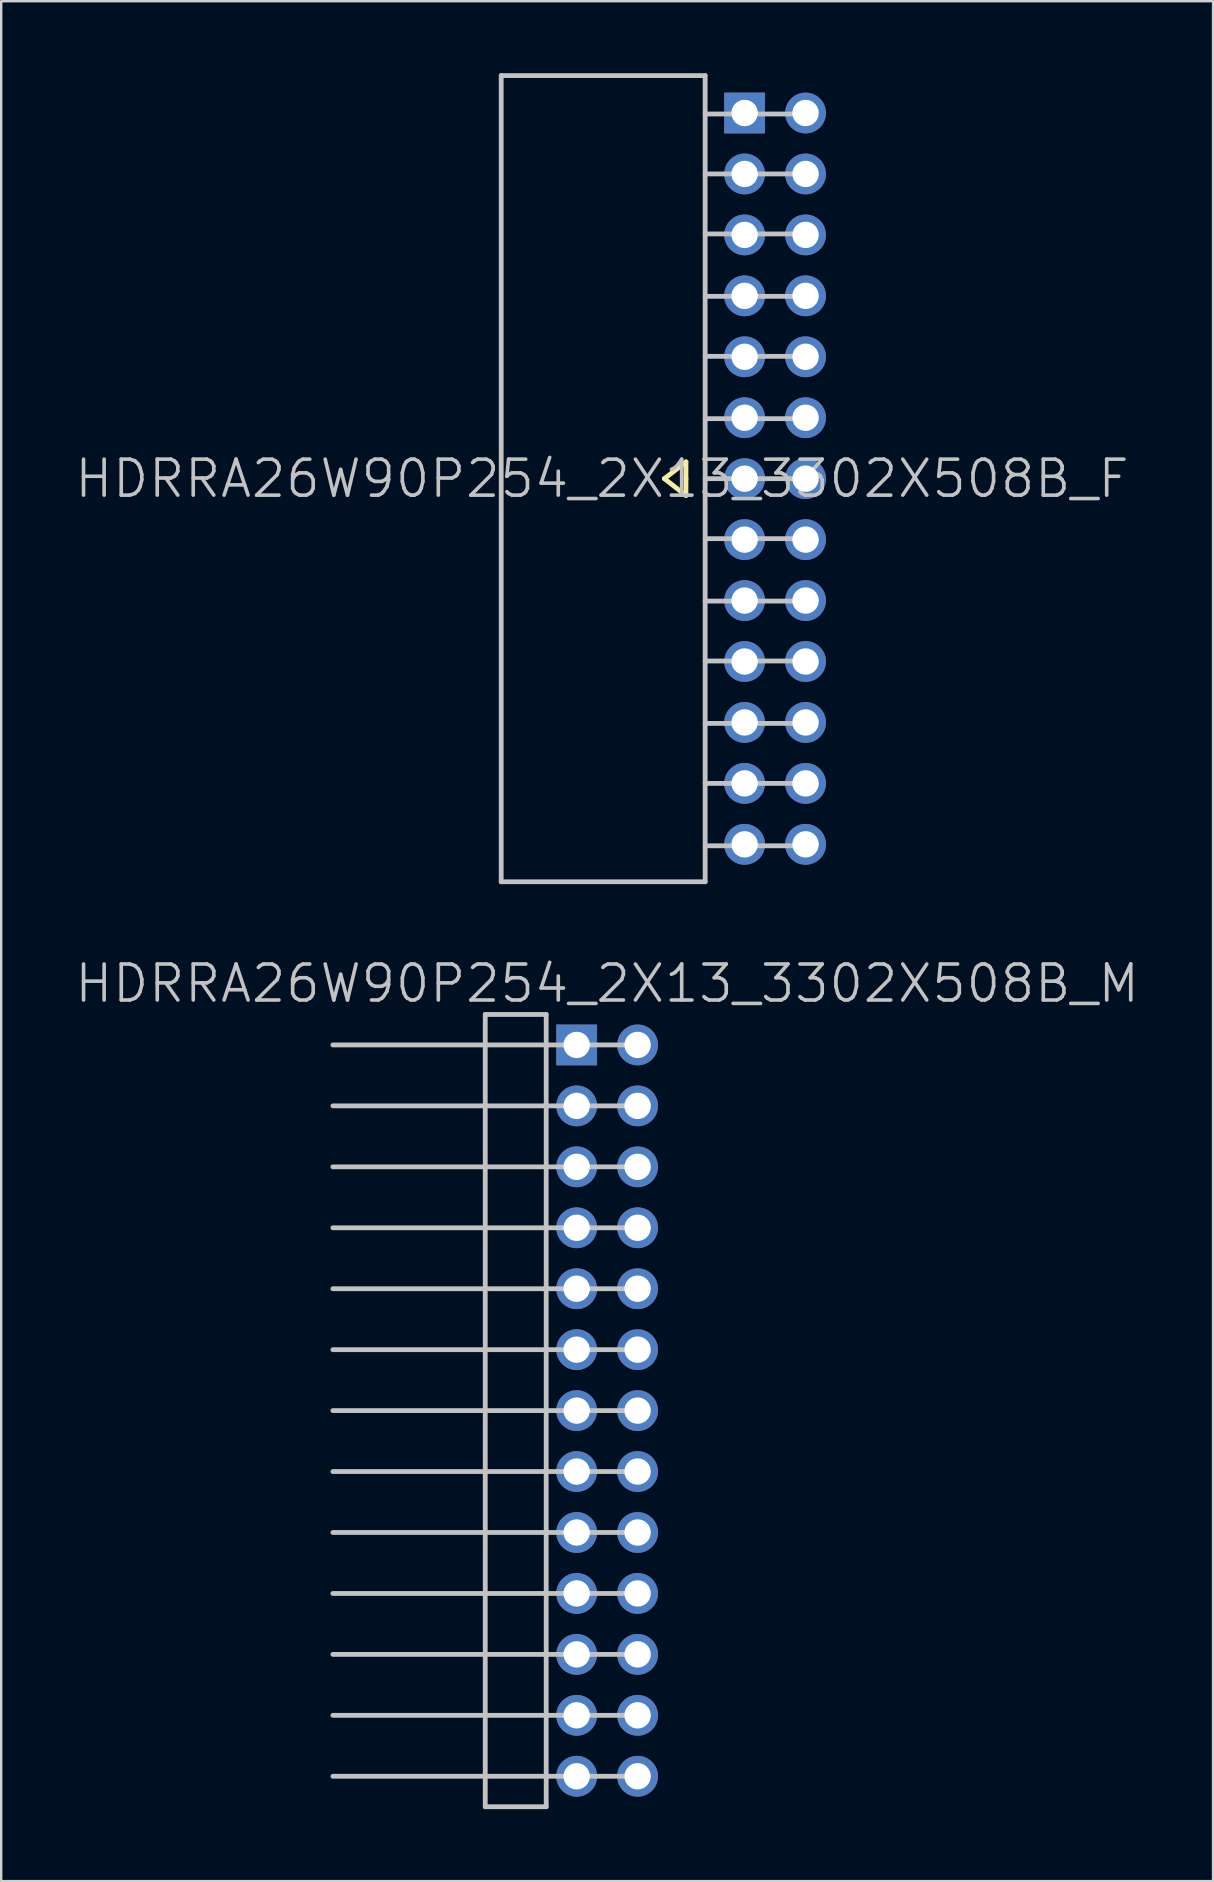
<source format=kicad_pcb>
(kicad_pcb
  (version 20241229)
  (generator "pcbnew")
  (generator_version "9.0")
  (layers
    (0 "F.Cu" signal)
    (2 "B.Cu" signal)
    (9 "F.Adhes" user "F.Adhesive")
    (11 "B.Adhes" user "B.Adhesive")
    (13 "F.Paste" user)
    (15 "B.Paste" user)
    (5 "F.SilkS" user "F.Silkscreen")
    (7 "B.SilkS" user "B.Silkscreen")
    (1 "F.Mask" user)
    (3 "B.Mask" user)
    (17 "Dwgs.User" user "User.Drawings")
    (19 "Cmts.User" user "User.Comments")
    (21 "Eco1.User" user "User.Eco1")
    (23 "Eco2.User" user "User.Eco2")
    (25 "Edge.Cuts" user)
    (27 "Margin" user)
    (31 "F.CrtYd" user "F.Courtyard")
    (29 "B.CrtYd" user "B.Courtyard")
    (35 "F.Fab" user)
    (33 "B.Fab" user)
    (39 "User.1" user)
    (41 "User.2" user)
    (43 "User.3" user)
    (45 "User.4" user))
  (footprint "HDRRA26W90P254_2X13_3302X508B_F"
    (layer "F.Cu")
    (at 24.339 16.9)
    (property "Reference" "HDRRA26W90P254_2X13_3302X508B_F" (at -2.3 0 180) (layer "Dwgs.User") (effects (font (size 1.5 1.5) (thickness 0.15))))
    (attr through_hole)
    (fp_line (start 0.3 0) (end 1.2 0.7) (stroke (width 0.2) (type solid)) (layer "F.SilkS"))
    (fp_line (start 1.2 -0.7) (end 0.3 0) (stroke (width 0.2) (type solid)) (layer "F.SilkS"))
    (fp_line (start 1.2 0) (end 1.2 -0.7) (stroke (width 0.2) (type solid)) (layer "F.SilkS"))
    (fp_line (start 1.2 0.7) (end 1.2 0) (stroke (width 0.2) (type solid)) (layer "F.SilkS"))
    (fp_line (start -6.5 -16.8) (end -6.5 16.8) (stroke (width 0.2) (type solid)) (layer "Dwgs.User"))
    (fp_line (start 2 -16.8) (end -6.5 -16.8) (stroke (width 0.2) (type solid)) (layer "Dwgs.User"))
    (fp_line (start 2 -16.8) (end 2 16.8) (stroke (width 0.2) (type solid)) (layer "Dwgs.User"))
    (fp_line (start 2 16.8) (end -6.5 16.8) (stroke (width 0.2) (type solid)) (layer "Dwgs.User"))
    (fp_line (start 6.2 -15.2) (end 2 -15.2) (stroke (width 0.2) (type solid)) (layer "Dwgs.User"))
    (fp_line (start 6.2 -12.7) (end 2 -12.7) (stroke (width 0.2) (type solid)) (layer "Dwgs.User"))
    (fp_line (start 6.2 -10.2) (end 2 -10.2) (stroke (width 0.2) (type solid)) (layer "Dwgs.User"))
    (fp_line (start 6.2 -7.6) (end 2 -7.6) (stroke (width 0.2) (type solid)) (layer "Dwgs.User"))
    (fp_line (start 6.2 -5.1) (end 2 -5.1) (stroke (width 0.2) (type solid)) (layer "Dwgs.User"))
    (fp_line (start 6.2 -2.5) (end 2 -2.5) (stroke (width 0.2) (type solid)) (layer "Dwgs.User"))
    (fp_line (start 6.2 0) (end 2 0) (stroke (width 0.2) (type solid)) (layer "Dwgs.User"))
    (fp_line (start 6.2 2.5) (end 2 2.5) (stroke (width 0.2) (type solid)) (layer "Dwgs.User"))
    (fp_line (start 6.2 5.1) (end 2 5.1) (stroke (width 0.2) (type solid)) (layer "Dwgs.User"))
    (fp_line (start 6.2 7.6) (end 2 7.6) (stroke (width 0.2) (type solid)) (layer "Dwgs.User"))
    (fp_line (start 6.2 10.2) (end 2 10.2) (stroke (width 0.2) (type solid)) (layer "Dwgs.User"))
    (fp_line (start 6.2 12.7) (end 2 12.7) (stroke (width 0.2) (type solid)) (layer "Dwgs.User"))
    (fp_line (start 6.2 15.3) (end 2 15.3) (stroke (width 0.2) (type solid)) (layer "Dwgs.User"))
    (pad "1" thru_hole rect (at 3.645 -15.24) (size 1.7 1.7) (drill 1.1) (layers "*.Cu" "*.Mask"))
    (pad "2" thru_hole circle (at 6.185 -15.24 270) (size 1.7 1.7) (drill 1.1) (layers "*.Cu" "*.Mask"))
    (pad "3" thru_hole circle (at 3.645 -12.7 270) (size 1.7 1.7) (drill 1.1) (layers "*.Cu" "*.Mask"))
    (pad "4" thru_hole circle (at 6.185 -12.7 270) (size 1.7 1.7) (drill 1.1) (layers "*.Cu" "*.Mask"))
    (pad "5" thru_hole circle (at 3.645 -10.16 270) (size 1.7 1.7) (drill 1.1) (layers "*.Cu" "*.Mask"))
    (pad "6" thru_hole circle (at 6.185 -10.16 270) (size 1.7 1.7) (drill 1.1) (layers "*.Cu" "*.Mask"))
    (pad "7" thru_hole circle (at 3.645 -7.62 270) (size 1.7 1.7) (drill 1.1) (layers "*.Cu" "*.Mask"))
    (pad "8" thru_hole circle (at 6.185 -7.62 270) (size 1.7 1.7) (drill 1.1) (layers "*.Cu" "*.Mask"))
    (pad "9" thru_hole circle (at 3.645 -5.08 270) (size 1.7 1.7) (drill 1.1) (layers "*.Cu" "*.Mask"))
    (pad "10" thru_hole circle (at 6.185 -5.08 270) (size 1.7 1.7) (drill 1.1) (layers "*.Cu" "*.Mask"))
    (pad "11" thru_hole circle (at 3.645 -2.54 270) (size 1.7 1.7) (drill 1.1) (layers "*.Cu" "*.Mask"))
    (pad "12" thru_hole circle (at 6.185 -2.54 270) (size 1.7 1.7) (drill 1.1) (layers "*.Cu" "*.Mask"))
    (pad "13" thru_hole circle (at 3.645 0 270) (size 1.7 1.7) (drill 1.1) (layers "*.Cu" "*.Mask"))
    (pad "14" thru_hole circle (at 6.185 0 270) (size 1.7 1.7) (drill 1.1) (layers "*.Cu" "*.Mask"))
    (pad "15" thru_hole circle (at 3.645 2.54 270) (size 1.7 1.7) (drill 1.1) (layers "*.Cu" "*.Mask"))
    (pad "16" thru_hole circle (at 6.185 2.54 270) (size 1.7 1.7) (drill 1.1) (layers "*.Cu" "*.Mask"))
    (pad "17" thru_hole circle (at 3.645 5.08 270) (size 1.7 1.7) (drill 1.1) (layers "*.Cu" "*.Mask"))
    (pad "18" thru_hole circle (at 6.185 5.08 270) (size 1.7 1.7) (drill 1.1) (layers "*.Cu" "*.Mask"))
    (pad "19" thru_hole circle (at 3.645 7.62 270) (size 1.7 1.7) (drill 1.1) (layers "*.Cu" "*.Mask"))
    (pad "20" thru_hole circle (at 6.185 7.62 270) (size 1.7 1.7) (drill 1.1) (layers "*.Cu" "*.Mask"))
    (pad "21" thru_hole circle (at 3.645 10.16 270) (size 1.7 1.7) (drill 1.1) (layers "*.Cu" "*.Mask"))
    (pad "22" thru_hole circle (at 6.185 10.16 270) (size 1.7 1.7) (drill 1.1) (layers "*.Cu" "*.Mask"))
    (pad "23" thru_hole circle (at 3.645 12.7 270) (size 1.7 1.7) (drill 1.1) (layers "*.Cu" "*.Mask"))
    (pad "24" thru_hole circle (at 6.185 12.7 270) (size 1.7 1.7) (drill 1.1) (layers "*.Cu" "*.Mask"))
    (pad "25" thru_hole circle (at 3.645 15.24 270) (size 1.7 1.7) (drill 1.1) (layers "*.Cu" "*.Mask"))
    (pad "26" thru_hole circle (at 6.185 15.24 270) (size 1.7 1.7) (drill 1.1) (layers "*.Cu" "*.Mask")))
  (footprint "HDRRA26W90P254_2X13_3302X508B_M"
    (layer "F.Cu")
    (at 22.254 55.741)
    (property "Reference" "HDRRA26W90P254_2X13_3302X508B_M" (at 0 -17.8 180) (layer "Dwgs.User") (effects (font (size 1.5 1.5) (thickness 0.15))))
    (attr through_hole)
    (fp_line (start -11.43 -10.16) (end 1.27 -10.16) (stroke (width 0.2) (type solid)) (layer "Dwgs.User"))
    (fp_line (start -11.43 15.24) (end 1.27 15.24) (stroke (width 0.2) (type solid)) (layer "Dwgs.User"))
    (fp_line (start -5.08 -16.51) (end -2.54 -16.51) (stroke (width 0.2) (type solid)) (layer "Dwgs.User"))
    (fp_line (start -5.08 16.51) (end -5.08 -16.51) (stroke (width 0.2) (type solid)) (layer "Dwgs.User"))
    (fp_line (start -2.54 -16.51) (end -2.54 16.51) (stroke (width 0.2) (type solid)) (layer "Dwgs.User"))
    (fp_line (start -2.54 16.51) (end -5.08 16.51) (stroke (width 0.2) (type solid)) (layer "Dwgs.User"))
    (fp_line (start 1.27 -15.24) (end -11.43 -15.24) (stroke (width 0.2) (type solid)) (layer "Dwgs.User"))
    (fp_line (start 1.27 -12.7) (end -11.43 -12.7) (stroke (width 0.2) (type solid)) (layer "Dwgs.User"))
    (fp_line (start 1.27 -7.62) (end -11.43 -7.62) (stroke (width 0.2) (type solid)) (layer "Dwgs.User"))
    (fp_line (start 1.27 -5.08) (end -11.43 -5.08) (stroke (width 0.2) (type solid)) (layer "Dwgs.User"))
    (fp_line (start 1.27 -2.54) (end -11.43 -2.54) (stroke (width 0.2) (type solid)) (layer "Dwgs.User"))
    (fp_line (start 1.27 0) (end -11.43 0) (stroke (width 0.2) (type solid)) (layer "Dwgs.User"))
    (fp_line (start 1.27 2.54) (end -11.43 2.54) (stroke (width 0.2) (type solid)) (layer "Dwgs.User"))
    (fp_line (start 1.27 5.08) (end -11.43 5.08) (stroke (width 0.2) (type solid)) (layer "Dwgs.User"))
    (fp_line (start 1.27 7.62) (end -11.43 7.62) (stroke (width 0.2) (type solid)) (layer "Dwgs.User"))
    (fp_line (start 1.27 10.16) (end -11.43 10.16) (stroke (width 0.2) (type solid)) (layer "Dwgs.User"))
    (fp_line (start 1.27 12.7) (end -11.43 12.7) (stroke (width 0.2) (type solid)) (layer "Dwgs.User"))
    (pad "1" thru_hole rect (at -1.27 -15.24) (size 1.7 1.7) (drill 1.1) (layers "*.Cu" "*.Mask"))
    (pad "2" thru_hole circle (at 1.27 -15.24 270) (size 1.7 1.7) (drill 1.1) (layers "*.Cu" "*.Mask"))
    (pad "3" thru_hole circle (at -1.27 -12.7 270) (size 1.7 1.7) (drill 1.1) (layers "*.Cu" "*.Mask"))
    (pad "4" thru_hole circle (at 1.27 -12.7 270) (size 1.7 1.7) (drill 1.1) (layers "*.Cu" "*.Mask"))
    (pad "5" thru_hole circle (at -1.27 -10.16 270) (size 1.7 1.7) (drill 1.1) (layers "*.Cu" "*.Mask"))
    (pad "6" thru_hole circle (at 1.27 -10.16 270) (size 1.7 1.7) (drill 1.1) (layers "*.Cu" "*.Mask"))
    (pad "7" thru_hole circle (at -1.27 -7.62 270) (size 1.7 1.7) (drill 1.1) (layers "*.Cu" "*.Mask"))
    (pad "8" thru_hole circle (at 1.27 -7.62 270) (size 1.7 1.7) (drill 1.1) (layers "*.Cu" "*.Mask"))
    (pad "9" thru_hole circle (at -1.27 -5.08 270) (size 1.7 1.7) (drill 1.1) (layers "*.Cu" "*.Mask"))
    (pad "10" thru_hole circle (at 1.27 -5.08 270) (size 1.7 1.7) (drill 1.1) (layers "*.Cu" "*.Mask"))
    (pad "11" thru_hole circle (at -1.27 -2.54 270) (size 1.7 1.7) (drill 1.1) (layers "*.Cu" "*.Mask"))
    (pad "12" thru_hole circle (at 1.27 -2.54 270) (size 1.7 1.7) (drill 1.1) (layers "*.Cu" "*.Mask"))
    (pad "13" thru_hole circle (at -1.27 0 270) (size 1.7 1.7) (drill 1.1) (layers "*.Cu" "*.Mask"))
    (pad "14" thru_hole circle (at 1.27 0 270) (size 1.7 1.7) (drill 1.1) (layers "*.Cu" "*.Mask"))
    (pad "15" thru_hole circle (at -1.27 2.54 270) (size 1.7 1.7) (drill 1.1) (layers "*.Cu" "*.Mask"))
    (pad "16" thru_hole circle (at 1.27 2.54 270) (size 1.7 1.7) (drill 1.1) (layers "*.Cu" "*.Mask"))
    (pad "17" thru_hole circle (at -1.27 5.08 270) (size 1.7 1.7) (drill 1.1) (layers "*.Cu" "*.Mask"))
    (pad "18" thru_hole circle (at 1.27 5.08 270) (size 1.7 1.7) (drill 1.1) (layers "*.Cu" "*.Mask"))
    (pad "19" thru_hole circle (at -1.27 7.62 270) (size 1.7 1.7) (drill 1.1) (layers "*.Cu" "*.Mask"))
    (pad "20" thru_hole circle (at 1.27 7.62 270) (size 1.7 1.7) (drill 1.1) (layers "*.Cu" "*.Mask"))
    (pad "21" thru_hole circle (at -1.27 10.16 270) (size 1.7 1.7) (drill 1.1) (layers "*.Cu" "*.Mask"))
    (pad "22" thru_hole circle (at 1.27 10.16 270) (size 1.7 1.7) (drill 1.1) (layers "*.Cu" "*.Mask"))
    (pad "23" thru_hole circle (at -1.27 12.7 270) (size 1.7 1.7) (drill 1.1) (layers "*.Cu" "*.Mask"))
    (pad "24" thru_hole circle (at 1.27 12.7 270) (size 1.7 1.7) (drill 1.1) (layers "*.Cu" "*.Mask"))
    (pad "25" thru_hole circle (at -1.27 15.24 270) (size 1.7 1.7) (drill 1.1) (layers "*.Cu" "*.Mask"))
    (pad "26" thru_hole circle (at 1.27 15.24 270) (size 1.7 1.7) (drill 1.1) (layers "*.Cu" "*.Mask")))
  (gr_rect
    (start -3 -3)
    (end 47.507 75.351)
    (stroke (width 0.1) (type default))
    (fill no)
    (layer "Edge.Cuts")))
</source>
